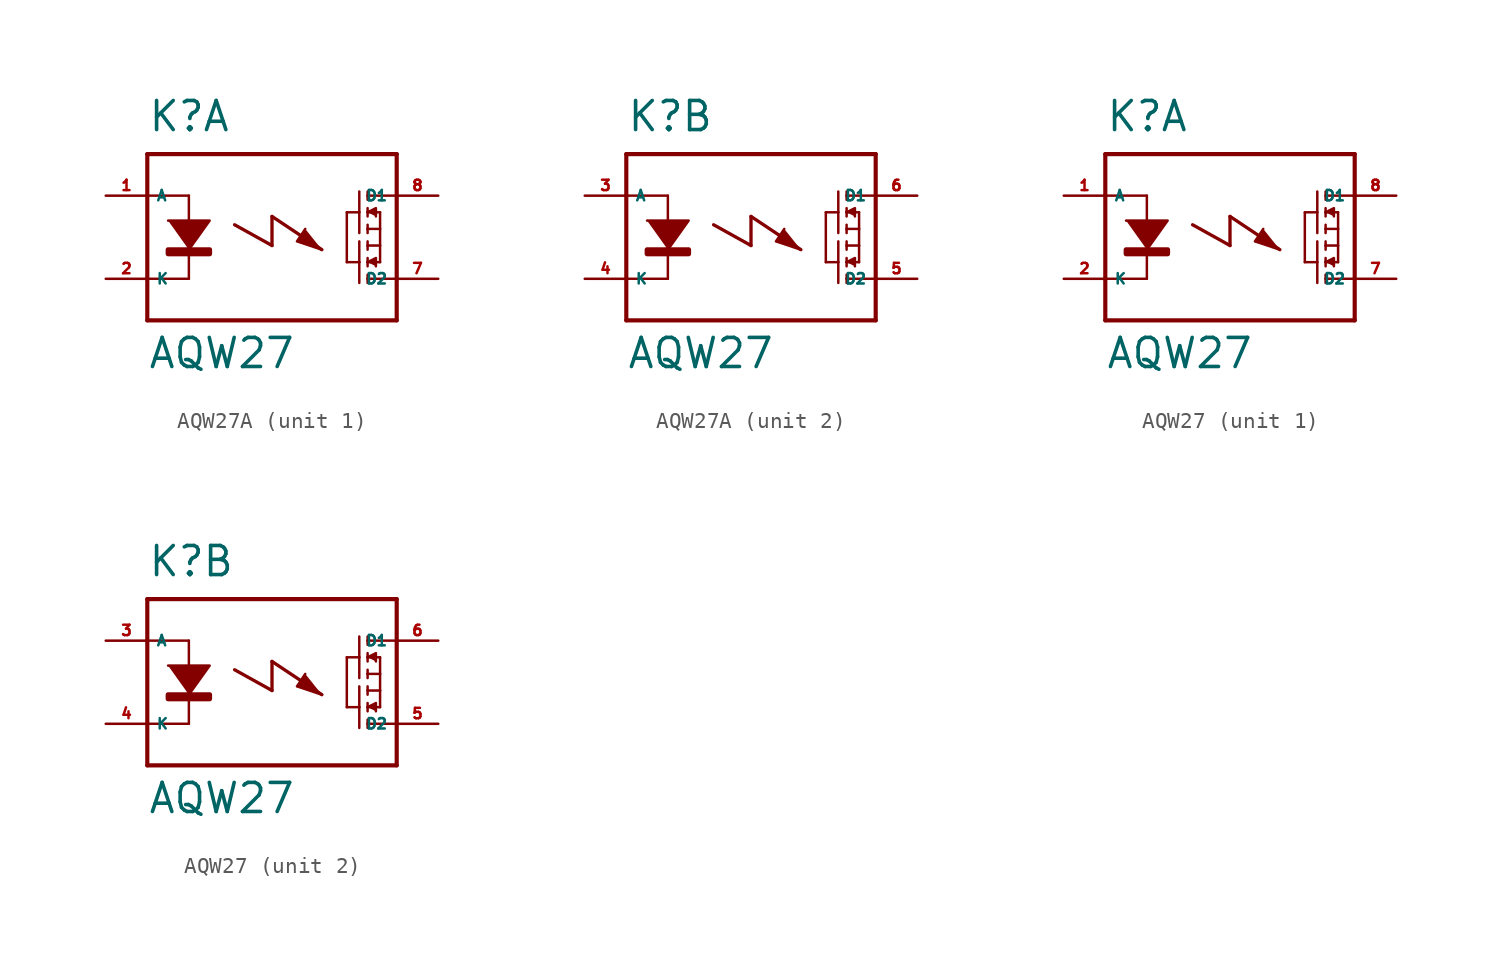
<source format=kicad_sym>
(kicad_symbol_lib
  (version 20220914)
  (generator Eagle2Kicad)
  (symbol "AQW27A"
    (property "Reference" "K"
      (at -7.62 6.35 0)
      (effects (font (size 1.778 1.778) (thickness 0.22)) (justify left bottom)))
    (property "Value" "AQW27"
      (at -7.62 -8.128 0)
      (effects (font (size 1.778 1.778) (thickness 0.22)) (justify left bottom)))
    (symbol "AQW27A_1_0"
      (polyline (pts (xy -6.35 1.016) (xy -3.81 1.016) (xy -5.08 -0.762)) (stroke (width 0.152) (type default)) (fill (type outline)))
      (polyline (pts (xy 5.842 1.524) (xy 6.35 1.778) (xy 6.35 1.27)) (stroke (width 0.152) (type default)) (fill (type outline)))
      (polyline (pts (xy 5.842 -1.524) (xy 6.35 -1.27) (xy 6.35 -1.778)) (stroke (width 0.152) (type default)) (fill (type outline)))
      (polyline (pts (xy 2.032 0.508) (xy 1.524 -0.254) (xy 3.048 -0.762)) (stroke (width 0.152) (type default)) (fill (type outline)))
      (polyline (pts (xy -5.08 2.54) (xy -5.08 -2.54)) (stroke (width 0.152) (type default)) (fill (type none)))
      (polyline (pts (xy 5.842 2.794) (xy 5.842 2.54)) (stroke (width 0.152) (type default)) (fill (type none)))
      (polyline (pts (xy 5.842 2.54) (xy 5.842 2.286)) (stroke (width 0.152) (type default)) (fill (type none)))
      (polyline (pts (xy 5.842 1.778) (xy 5.842 1.524)) (stroke (width 0.152) (type default)) (fill (type none)))
      (polyline (pts (xy 5.842 1.524) (xy 5.842 1.27)) (stroke (width 0.152) (type default)) (fill (type none)))
      (polyline (pts (xy 5.842 0.762) (xy 5.842 0.508)) (stroke (width 0.152) (type default)) (fill (type none)))
      (polyline (pts (xy 5.842 0.508) (xy 5.842 0.254)) (stroke (width 0.152) (type default)) (fill (type none)))
      (polyline (pts (xy 5.842 1.524) (xy 6.604 1.524)) (stroke (width 0.152) (type default)) (fill (type none)))
      (polyline (pts (xy 5.842 0.508) (xy 6.604 0.508)) (stroke (width 0.152) (type default)) (fill (type none)))
      (polyline (pts (xy 6.604 0.508) (xy 6.604 1.524)) (stroke (width 0.152) (type default)) (fill (type none)))
      (polyline (pts (xy 5.334 2.794) (xy 5.334 1.524)) (stroke (width 0.152) (type default)) (fill (type none)))
      (polyline (pts (xy 5.334 1.524) (xy 5.334 0.254)) (stroke (width 0.152) (type default)) (fill (type none)))
      (polyline (pts (xy 5.334 1.524) (xy 4.572 1.524)) (stroke (width 0.152) (type default)) (fill (type none)))
      (polyline (pts (xy 5.842 -2.794) (xy 5.842 -2.54)) (stroke (width 0.152) (type default)) (fill (type none)))
      (polyline (pts (xy 5.842 -2.54) (xy 5.842 -2.286)) (stroke (width 0.152) (type default)) (fill (type none)))
      (polyline (pts (xy 5.842 -1.778) (xy 5.842 -1.524)) (stroke (width 0.152) (type default)) (fill (type none)))
      (polyline (pts (xy 5.842 -1.524) (xy 5.842 -1.27)) (stroke (width 0.152) (type default)) (fill (type none)))
      (polyline (pts (xy 5.842 -0.762) (xy 5.842 -0.508)) (stroke (width 0.152) (type default)) (fill (type none)))
      (polyline (pts (xy 5.842 -0.508) (xy 5.842 -0.254)) (stroke (width 0.152) (type default)) (fill (type none)))
      (polyline (pts (xy 5.842 -1.524) (xy 6.604 -1.524)) (stroke (width 0.152) (type default)) (fill (type none)))
      (polyline (pts (xy 5.842 -0.508) (xy 6.604 -0.508)) (stroke (width 0.152) (type default)) (fill (type none)))
      (polyline (pts (xy 6.604 -0.508) (xy 6.604 -1.524)) (stroke (width 0.152) (type default)) (fill (type none)))
      (polyline (pts (xy 6.604 0.508) (xy 6.604 -0.508)) (stroke (width 0.152) (type default)) (fill (type none)))
      (polyline (pts (xy 5.334 -2.794) (xy 5.334 -1.524)) (stroke (width 0.152) (type default)) (fill (type none)))
      (polyline (pts (xy 5.334 -1.524) (xy 5.334 -0.254)) (stroke (width 0.152) (type default)) (fill (type none)))
      (polyline (pts (xy 5.334 -1.524) (xy 4.572 -1.524)) (stroke (width 0.152) (type default)) (fill (type none)))
      (polyline (pts (xy 4.572 1.524) (xy 4.572 -1.524)) (stroke (width 0.152) (type default)) (fill (type none)))
      (polyline (pts (xy 5.842 2.54) (xy 7.62 2.54)) (stroke (width 0.152) (type default)) (fill (type none)))
      (polyline (pts (xy 5.842 -2.54) (xy 7.62 -2.54)) (stroke (width 0.152) (type default)) (fill (type none)))
      (polyline (pts (xy -7.62 5.08) (xy -7.62 2.54)) (stroke (width 0.254) (type default)) (fill (type none)))
      (polyline (pts (xy -7.62 2.54) (xy -7.62 -2.54)) (stroke (width 0.254) (type default)) (fill (type none)))
      (polyline (pts (xy -7.62 -2.54) (xy -7.62 -5.08)) (stroke (width 0.254) (type default)) (fill (type none)))
      (polyline (pts (xy -7.62 -5.08) (xy 7.62 -5.08)) (stroke (width 0.254) (type default)) (fill (type none)))
      (polyline (pts (xy 7.62 -5.08) (xy 7.62 5.08)) (stroke (width 0.254) (type default)) (fill (type none)))
      (polyline (pts (xy 7.62 5.08) (xy -7.62 5.08)) (stroke (width 0.254) (type default)) (fill (type none)))
      (polyline (pts (xy -5.08 2.54) (xy -7.62 2.54)) (stroke (width 0.152) (type default)) (fill (type none)))
      (polyline (pts (xy -5.08 -2.54) (xy -7.62 -2.54)) (stroke (width 0.152) (type default)) (fill (type none)))
      (polyline (pts (xy -2.286 0.762) (xy 0 -0.508)) (stroke (width 0.203) (type default)) (fill (type none)))
      (polyline (pts (xy 0 -0.508) (xy 0 1.27)) (stroke (width 0.203) (type default)) (fill (type none)))
      (polyline (pts (xy 0 1.27) (xy 3.048 -0.762)) (stroke (width 0.203) (type default)) (fill (type none)))
      (rectangle (start -6.35 -1.016) (end -3.81 -0.762) (stroke (width 0.3) (type default)) (fill (type outline)))
      (pin passive line (at -10.16 -2.54 0) (length 2.54) (name "K" (effects (font (size 0.635 0.635) (thickness 0.08)) (justify left bottom))) (number "2" (effects (font (size 0.635 0.635) (thickness 0.08)) (justify left bottom))))
      (pin passive line (at 10.16 2.54 180) (length 2.54) (name "D1" (effects (font (size 0.635 0.635) (thickness 0.08)) (justify left bottom))) (number "8" (effects (font (size 0.635 0.635) (thickness 0.08)) (justify left bottom))))
      (pin passive line (at 10.16 -2.54 180) (length 2.54) (name "D2" (effects (font (size 0.635 0.635) (thickness 0.08)) (justify left bottom))) (number "7" (effects (font (size 0.635 0.635) (thickness 0.08)) (justify left bottom))))
      (pin passive line (at -10.16 2.54 0) (length 2.54) (name "A" (effects (font (size 0.635 0.635) (thickness 0.08)) (justify left bottom))) (number "1" (effects (font (size 0.635 0.635) (thickness 0.08)) (justify left bottom)))))
    (symbol "AQW27A_2_0"
      (polyline (pts (xy -6.35 1.016) (xy -3.81 1.016) (xy -5.08 -0.762)) (stroke (width 0.152) (type default)) (fill (type outline)))
      (polyline (pts (xy 5.842 1.524) (xy 6.35 1.778) (xy 6.35 1.27)) (stroke (width 0.152) (type default)) (fill (type outline)))
      (polyline (pts (xy 5.842 -1.524) (xy 6.35 -1.27) (xy 6.35 -1.778)) (stroke (width 0.152) (type default)) (fill (type outline)))
      (polyline (pts (xy 2.032 0.508) (xy 1.524 -0.254) (xy 3.048 -0.762)) (stroke (width 0.152) (type default)) (fill (type outline)))
      (polyline (pts (xy -5.08 2.54) (xy -5.08 -2.54)) (stroke (width 0.152) (type default)) (fill (type none)))
      (polyline (pts (xy 5.842 2.794) (xy 5.842 2.54)) (stroke (width 0.152) (type default)) (fill (type none)))
      (polyline (pts (xy 5.842 2.54) (xy 5.842 2.286)) (stroke (width 0.152) (type default)) (fill (type none)))
      (polyline (pts (xy 5.842 1.778) (xy 5.842 1.524)) (stroke (width 0.152) (type default)) (fill (type none)))
      (polyline (pts (xy 5.842 1.524) (xy 5.842 1.27)) (stroke (width 0.152) (type default)) (fill (type none)))
      (polyline (pts (xy 5.842 0.762) (xy 5.842 0.508)) (stroke (width 0.152) (type default)) (fill (type none)))
      (polyline (pts (xy 5.842 0.508) (xy 5.842 0.254)) (stroke (width 0.152) (type default)) (fill (type none)))
      (polyline (pts (xy 5.842 1.524) (xy 6.604 1.524)) (stroke (width 0.152) (type default)) (fill (type none)))
      (polyline (pts (xy 5.842 0.508) (xy 6.604 0.508)) (stroke (width 0.152) (type default)) (fill (type none)))
      (polyline (pts (xy 6.604 0.508) (xy 6.604 1.524)) (stroke (width 0.152) (type default)) (fill (type none)))
      (polyline (pts (xy 5.334 2.794) (xy 5.334 1.524)) (stroke (width 0.152) (type default)) (fill (type none)))
      (polyline (pts (xy 5.334 1.524) (xy 5.334 0.254)) (stroke (width 0.152) (type default)) (fill (type none)))
      (polyline (pts (xy 5.334 1.524) (xy 4.572 1.524)) (stroke (width 0.152) (type default)) (fill (type none)))
      (polyline (pts (xy 5.842 -2.794) (xy 5.842 -2.54)) (stroke (width 0.152) (type default)) (fill (type none)))
      (polyline (pts (xy 5.842 -2.54) (xy 5.842 -2.286)) (stroke (width 0.152) (type default)) (fill (type none)))
      (polyline (pts (xy 5.842 -1.778) (xy 5.842 -1.524)) (stroke (width 0.152) (type default)) (fill (type none)))
      (polyline (pts (xy 5.842 -1.524) (xy 5.842 -1.27)) (stroke (width 0.152) (type default)) (fill (type none)))
      (polyline (pts (xy 5.842 -0.762) (xy 5.842 -0.508)) (stroke (width 0.152) (type default)) (fill (type none)))
      (polyline (pts (xy 5.842 -0.508) (xy 5.842 -0.254)) (stroke (width 0.152) (type default)) (fill (type none)))
      (polyline (pts (xy 5.842 -1.524) (xy 6.604 -1.524)) (stroke (width 0.152) (type default)) (fill (type none)))
      (polyline (pts (xy 5.842 -0.508) (xy 6.604 -0.508)) (stroke (width 0.152) (type default)) (fill (type none)))
      (polyline (pts (xy 6.604 -0.508) (xy 6.604 -1.524)) (stroke (width 0.152) (type default)) (fill (type none)))
      (polyline (pts (xy 6.604 0.508) (xy 6.604 -0.508)) (stroke (width 0.152) (type default)) (fill (type none)))
      (polyline (pts (xy 5.334 -2.794) (xy 5.334 -1.524)) (stroke (width 0.152) (type default)) (fill (type none)))
      (polyline (pts (xy 5.334 -1.524) (xy 5.334 -0.254)) (stroke (width 0.152) (type default)) (fill (type none)))
      (polyline (pts (xy 5.334 -1.524) (xy 4.572 -1.524)) (stroke (width 0.152) (type default)) (fill (type none)))
      (polyline (pts (xy 4.572 1.524) (xy 4.572 -1.524)) (stroke (width 0.152) (type default)) (fill (type none)))
      (polyline (pts (xy 5.842 2.54) (xy 7.62 2.54)) (stroke (width 0.152) (type default)) (fill (type none)))
      (polyline (pts (xy 5.842 -2.54) (xy 7.62 -2.54)) (stroke (width 0.152) (type default)) (fill (type none)))
      (polyline (pts (xy -7.62 5.08) (xy -7.62 2.54)) (stroke (width 0.254) (type default)) (fill (type none)))
      (polyline (pts (xy -7.62 2.54) (xy -7.62 -2.54)) (stroke (width 0.254) (type default)) (fill (type none)))
      (polyline (pts (xy -7.62 -2.54) (xy -7.62 -5.08)) (stroke (width 0.254) (type default)) (fill (type none)))
      (polyline (pts (xy -7.62 -5.08) (xy 7.62 -5.08)) (stroke (width 0.254) (type default)) (fill (type none)))
      (polyline (pts (xy 7.62 -5.08) (xy 7.62 5.08)) (stroke (width 0.254) (type default)) (fill (type none)))
      (polyline (pts (xy 7.62 5.08) (xy -7.62 5.08)) (stroke (width 0.254) (type default)) (fill (type none)))
      (polyline (pts (xy -5.08 2.54) (xy -7.62 2.54)) (stroke (width 0.152) (type default)) (fill (type none)))
      (polyline (pts (xy -5.08 -2.54) (xy -7.62 -2.54)) (stroke (width 0.152) (type default)) (fill (type none)))
      (polyline (pts (xy -2.286 0.762) (xy 0 -0.508)) (stroke (width 0.203) (type default)) (fill (type none)))
      (polyline (pts (xy 0 -0.508) (xy 0 1.27)) (stroke (width 0.203) (type default)) (fill (type none)))
      (polyline (pts (xy 0 1.27) (xy 3.048 -0.762)) (stroke (width 0.203) (type default)) (fill (type none)))
      (rectangle (start -6.35 -1.016) (end -3.81 -0.762) (stroke (width 0.3) (type default)) (fill (type outline)))
      (pin passive line (at -10.16 -2.54 0) (length 2.54) (name "K" (effects (font (size 0.635 0.635) (thickness 0.08)) (justify left bottom))) (number "4" (effects (font (size 0.635 0.635) (thickness 0.08)) (justify left bottom))))
      (pin passive line (at 10.16 2.54 180) (length 2.54) (name "D1" (effects (font (size 0.635 0.635) (thickness 0.08)) (justify left bottom))) (number "6" (effects (font (size 0.635 0.635) (thickness 0.08)) (justify left bottom))))
      (pin passive line (at 10.16 -2.54 180) (length 2.54) (name "D2" (effects (font (size 0.635 0.635) (thickness 0.08)) (justify left bottom))) (number "5" (effects (font (size 0.635 0.635) (thickness 0.08)) (justify left bottom))))
      (pin passive line (at -10.16 2.54 0) (length 2.54) (name "A" (effects (font (size 0.635 0.635) (thickness 0.08)) (justify left bottom))) (number "3" (effects (font (size 0.635 0.635) (thickness 0.08)) (justify left bottom))))))
  (symbol "AQW27"
    (property "Reference" "K"
      (at -7.62 6.35 0)
      (effects (font (size 1.778 1.778) (thickness 0.22)) (justify left bottom)))
    (property "Value" "AQW27"
      (at -7.62 -8.128 0)
      (effects (font (size 1.778 1.778) (thickness 0.22)) (justify left bottom)))
    (symbol "AQW27_1_0"
      (polyline (pts (xy -6.35 1.016) (xy -3.81 1.016) (xy -5.08 -0.762)) (stroke (width 0.152) (type default)) (fill (type outline)))
      (polyline (pts (xy 5.842 1.524) (xy 6.35 1.778) (xy 6.35 1.27)) (stroke (width 0.152) (type default)) (fill (type outline)))
      (polyline (pts (xy 5.842 -1.524) (xy 6.35 -1.27) (xy 6.35 -1.778)) (stroke (width 0.152) (type default)) (fill (type outline)))
      (polyline (pts (xy 2.032 0.508) (xy 1.524 -0.254) (xy 3.048 -0.762)) (stroke (width 0.152) (type default)) (fill (type outline)))
      (polyline (pts (xy -5.08 2.54) (xy -5.08 -2.54)) (stroke (width 0.152) (type default)) (fill (type none)))
      (polyline (pts (xy 5.842 2.794) (xy 5.842 2.54)) (stroke (width 0.152) (type default)) (fill (type none)))
      (polyline (pts (xy 5.842 2.54) (xy 5.842 2.286)) (stroke (width 0.152) (type default)) (fill (type none)))
      (polyline (pts (xy 5.842 1.778) (xy 5.842 1.524)) (stroke (width 0.152) (type default)) (fill (type none)))
      (polyline (pts (xy 5.842 1.524) (xy 5.842 1.27)) (stroke (width 0.152) (type default)) (fill (type none)))
      (polyline (pts (xy 5.842 0.762) (xy 5.842 0.508)) (stroke (width 0.152) (type default)) (fill (type none)))
      (polyline (pts (xy 5.842 0.508) (xy 5.842 0.254)) (stroke (width 0.152) (type default)) (fill (type none)))
      (polyline (pts (xy 5.842 1.524) (xy 6.604 1.524)) (stroke (width 0.152) (type default)) (fill (type none)))
      (polyline (pts (xy 5.842 0.508) (xy 6.604 0.508)) (stroke (width 0.152) (type default)) (fill (type none)))
      (polyline (pts (xy 6.604 0.508) (xy 6.604 1.524)) (stroke (width 0.152) (type default)) (fill (type none)))
      (polyline (pts (xy 5.334 2.794) (xy 5.334 1.524)) (stroke (width 0.152) (type default)) (fill (type none)))
      (polyline (pts (xy 5.334 1.524) (xy 5.334 0.254)) (stroke (width 0.152) (type default)) (fill (type none)))
      (polyline (pts (xy 5.334 1.524) (xy 4.572 1.524)) (stroke (width 0.152) (type default)) (fill (type none)))
      (polyline (pts (xy 5.842 -2.794) (xy 5.842 -2.54)) (stroke (width 0.152) (type default)) (fill (type none)))
      (polyline (pts (xy 5.842 -2.54) (xy 5.842 -2.286)) (stroke (width 0.152) (type default)) (fill (type none)))
      (polyline (pts (xy 5.842 -1.778) (xy 5.842 -1.524)) (stroke (width 0.152) (type default)) (fill (type none)))
      (polyline (pts (xy 5.842 -1.524) (xy 5.842 -1.27)) (stroke (width 0.152) (type default)) (fill (type none)))
      (polyline (pts (xy 5.842 -0.762) (xy 5.842 -0.508)) (stroke (width 0.152) (type default)) (fill (type none)))
      (polyline (pts (xy 5.842 -0.508) (xy 5.842 -0.254)) (stroke (width 0.152) (type default)) (fill (type none)))
      (polyline (pts (xy 5.842 -1.524) (xy 6.604 -1.524)) (stroke (width 0.152) (type default)) (fill (type none)))
      (polyline (pts (xy 5.842 -0.508) (xy 6.604 -0.508)) (stroke (width 0.152) (type default)) (fill (type none)))
      (polyline (pts (xy 6.604 -0.508) (xy 6.604 -1.524)) (stroke (width 0.152) (type default)) (fill (type none)))
      (polyline (pts (xy 6.604 0.508) (xy 6.604 -0.508)) (stroke (width 0.152) (type default)) (fill (type none)))
      (polyline (pts (xy 5.334 -2.794) (xy 5.334 -1.524)) (stroke (width 0.152) (type default)) (fill (type none)))
      (polyline (pts (xy 5.334 -1.524) (xy 5.334 -0.254)) (stroke (width 0.152) (type default)) (fill (type none)))
      (polyline (pts (xy 5.334 -1.524) (xy 4.572 -1.524)) (stroke (width 0.152) (type default)) (fill (type none)))
      (polyline (pts (xy 4.572 1.524) (xy 4.572 -1.524)) (stroke (width 0.152) (type default)) (fill (type none)))
      (polyline (pts (xy 5.842 2.54) (xy 7.62 2.54)) (stroke (width 0.152) (type default)) (fill (type none)))
      (polyline (pts (xy 5.842 -2.54) (xy 7.62 -2.54)) (stroke (width 0.152) (type default)) (fill (type none)))
      (polyline (pts (xy -7.62 5.08) (xy -7.62 2.54)) (stroke (width 0.254) (type default)) (fill (type none)))
      (polyline (pts (xy -7.62 2.54) (xy -7.62 -2.54)) (stroke (width 0.254) (type default)) (fill (type none)))
      (polyline (pts (xy -7.62 -2.54) (xy -7.62 -5.08)) (stroke (width 0.254) (type default)) (fill (type none)))
      (polyline (pts (xy -7.62 -5.08) (xy 7.62 -5.08)) (stroke (width 0.254) (type default)) (fill (type none)))
      (polyline (pts (xy 7.62 -5.08) (xy 7.62 5.08)) (stroke (width 0.254) (type default)) (fill (type none)))
      (polyline (pts (xy 7.62 5.08) (xy -7.62 5.08)) (stroke (width 0.254) (type default)) (fill (type none)))
      (polyline (pts (xy -5.08 2.54) (xy -7.62 2.54)) (stroke (width 0.152) (type default)) (fill (type none)))
      (polyline (pts (xy -5.08 -2.54) (xy -7.62 -2.54)) (stroke (width 0.152) (type default)) (fill (type none)))
      (polyline (pts (xy -2.286 0.762) (xy 0 -0.508)) (stroke (width 0.203) (type default)) (fill (type none)))
      (polyline (pts (xy 0 -0.508) (xy 0 1.27)) (stroke (width 0.203) (type default)) (fill (type none)))
      (polyline (pts (xy 0 1.27) (xy 3.048 -0.762)) (stroke (width 0.203) (type default)) (fill (type none)))
      (rectangle (start -6.35 -1.016) (end -3.81 -0.762) (stroke (width 0.3) (type default)) (fill (type outline)))
      (pin passive line (at -10.16 -2.54 0) (length 2.54) (name "K" (effects (font (size 0.635 0.635) (thickness 0.08)) (justify left bottom))) (number "2" (effects (font (size 0.635 0.635) (thickness 0.08)) (justify left bottom))))
      (pin passive line (at 10.16 2.54 180) (length 2.54) (name "D1" (effects (font (size 0.635 0.635) (thickness 0.08)) (justify left bottom))) (number "8" (effects (font (size 0.635 0.635) (thickness 0.08)) (justify left bottom))))
      (pin passive line (at 10.16 -2.54 180) (length 2.54) (name "D2" (effects (font (size 0.635 0.635) (thickness 0.08)) (justify left bottom))) (number "7" (effects (font (size 0.635 0.635) (thickness 0.08)) (justify left bottom))))
      (pin passive line (at -10.16 2.54 0) (length 2.54) (name "A" (effects (font (size 0.635 0.635) (thickness 0.08)) (justify left bottom))) (number "1" (effects (font (size 0.635 0.635) (thickness 0.08)) (justify left bottom)))))
    (symbol "AQW27_2_0"
      (polyline (pts (xy -6.35 1.016) (xy -3.81 1.016) (xy -5.08 -0.762)) (stroke (width 0.152) (type default)) (fill (type outline)))
      (polyline (pts (xy 5.842 1.524) (xy 6.35 1.778) (xy 6.35 1.27)) (stroke (width 0.152) (type default)) (fill (type outline)))
      (polyline (pts (xy 5.842 -1.524) (xy 6.35 -1.27) (xy 6.35 -1.778)) (stroke (width 0.152) (type default)) (fill (type outline)))
      (polyline (pts (xy 2.032 0.508) (xy 1.524 -0.254) (xy 3.048 -0.762)) (stroke (width 0.152) (type default)) (fill (type outline)))
      (polyline (pts (xy -5.08 2.54) (xy -5.08 -2.54)) (stroke (width 0.152) (type default)) (fill (type none)))
      (polyline (pts (xy 5.842 2.794) (xy 5.842 2.54)) (stroke (width 0.152) (type default)) (fill (type none)))
      (polyline (pts (xy 5.842 2.54) (xy 5.842 2.286)) (stroke (width 0.152) (type default)) (fill (type none)))
      (polyline (pts (xy 5.842 1.778) (xy 5.842 1.524)) (stroke (width 0.152) (type default)) (fill (type none)))
      (polyline (pts (xy 5.842 1.524) (xy 5.842 1.27)) (stroke (width 0.152) (type default)) (fill (type none)))
      (polyline (pts (xy 5.842 0.762) (xy 5.842 0.508)) (stroke (width 0.152) (type default)) (fill (type none)))
      (polyline (pts (xy 5.842 0.508) (xy 5.842 0.254)) (stroke (width 0.152) (type default)) (fill (type none)))
      (polyline (pts (xy 5.842 1.524) (xy 6.604 1.524)) (stroke (width 0.152) (type default)) (fill (type none)))
      (polyline (pts (xy 5.842 0.508) (xy 6.604 0.508)) (stroke (width 0.152) (type default)) (fill (type none)))
      (polyline (pts (xy 6.604 0.508) (xy 6.604 1.524)) (stroke (width 0.152) (type default)) (fill (type none)))
      (polyline (pts (xy 5.334 2.794) (xy 5.334 1.524)) (stroke (width 0.152) (type default)) (fill (type none)))
      (polyline (pts (xy 5.334 1.524) (xy 5.334 0.254)) (stroke (width 0.152) (type default)) (fill (type none)))
      (polyline (pts (xy 5.334 1.524) (xy 4.572 1.524)) (stroke (width 0.152) (type default)) (fill (type none)))
      (polyline (pts (xy 5.842 -2.794) (xy 5.842 -2.54)) (stroke (width 0.152) (type default)) (fill (type none)))
      (polyline (pts (xy 5.842 -2.54) (xy 5.842 -2.286)) (stroke (width 0.152) (type default)) (fill (type none)))
      (polyline (pts (xy 5.842 -1.778) (xy 5.842 -1.524)) (stroke (width 0.152) (type default)) (fill (type none)))
      (polyline (pts (xy 5.842 -1.524) (xy 5.842 -1.27)) (stroke (width 0.152) (type default)) (fill (type none)))
      (polyline (pts (xy 5.842 -0.762) (xy 5.842 -0.508)) (stroke (width 0.152) (type default)) (fill (type none)))
      (polyline (pts (xy 5.842 -0.508) (xy 5.842 -0.254)) (stroke (width 0.152) (type default)) (fill (type none)))
      (polyline (pts (xy 5.842 -1.524) (xy 6.604 -1.524)) (stroke (width 0.152) (type default)) (fill (type none)))
      (polyline (pts (xy 5.842 -0.508) (xy 6.604 -0.508)) (stroke (width 0.152) (type default)) (fill (type none)))
      (polyline (pts (xy 6.604 -0.508) (xy 6.604 -1.524)) (stroke (width 0.152) (type default)) (fill (type none)))
      (polyline (pts (xy 6.604 0.508) (xy 6.604 -0.508)) (stroke (width 0.152) (type default)) (fill (type none)))
      (polyline (pts (xy 5.334 -2.794) (xy 5.334 -1.524)) (stroke (width 0.152) (type default)) (fill (type none)))
      (polyline (pts (xy 5.334 -1.524) (xy 5.334 -0.254)) (stroke (width 0.152) (type default)) (fill (type none)))
      (polyline (pts (xy 5.334 -1.524) (xy 4.572 -1.524)) (stroke (width 0.152) (type default)) (fill (type none)))
      (polyline (pts (xy 4.572 1.524) (xy 4.572 -1.524)) (stroke (width 0.152) (type default)) (fill (type none)))
      (polyline (pts (xy 5.842 2.54) (xy 7.62 2.54)) (stroke (width 0.152) (type default)) (fill (type none)))
      (polyline (pts (xy 5.842 -2.54) (xy 7.62 -2.54)) (stroke (width 0.152) (type default)) (fill (type none)))
      (polyline (pts (xy -7.62 5.08) (xy -7.62 2.54)) (stroke (width 0.254) (type default)) (fill (type none)))
      (polyline (pts (xy -7.62 2.54) (xy -7.62 -2.54)) (stroke (width 0.254) (type default)) (fill (type none)))
      (polyline (pts (xy -7.62 -2.54) (xy -7.62 -5.08)) (stroke (width 0.254) (type default)) (fill (type none)))
      (polyline (pts (xy -7.62 -5.08) (xy 7.62 -5.08)) (stroke (width 0.254) (type default)) (fill (type none)))
      (polyline (pts (xy 7.62 -5.08) (xy 7.62 5.08)) (stroke (width 0.254) (type default)) (fill (type none)))
      (polyline (pts (xy 7.62 5.08) (xy -7.62 5.08)) (stroke (width 0.254) (type default)) (fill (type none)))
      (polyline (pts (xy -5.08 2.54) (xy -7.62 2.54)) (stroke (width 0.152) (type default)) (fill (type none)))
      (polyline (pts (xy -5.08 -2.54) (xy -7.62 -2.54)) (stroke (width 0.152) (type default)) (fill (type none)))
      (polyline (pts (xy -2.286 0.762) (xy 0 -0.508)) (stroke (width 0.203) (type default)) (fill (type none)))
      (polyline (pts (xy 0 -0.508) (xy 0 1.27)) (stroke (width 0.203) (type default)) (fill (type none)))
      (polyline (pts (xy 0 1.27) (xy 3.048 -0.762)) (stroke (width 0.203) (type default)) (fill (type none)))
      (rectangle (start -6.35 -1.016) (end -3.81 -0.762) (stroke (width 0.3) (type default)) (fill (type outline)))
      (pin passive line (at -10.16 -2.54 0) (length 2.54) (name "K" (effects (font (size 0.635 0.635) (thickness 0.08)) (justify left bottom))) (number "4" (effects (font (size 0.635 0.635) (thickness 0.08)) (justify left bottom))))
      (pin passive line (at 10.16 2.54 180) (length 2.54) (name "D1" (effects (font (size 0.635 0.635) (thickness 0.08)) (justify left bottom))) (number "6" (effects (font (size 0.635 0.635) (thickness 0.08)) (justify left bottom))))
      (pin passive line (at 10.16 -2.54 180) (length 2.54) (name "D2" (effects (font (size 0.635 0.635) (thickness 0.08)) (justify left bottom))) (number "5" (effects (font (size 0.635 0.635) (thickness 0.08)) (justify left bottom))))
      (pin passive line (at -10.16 2.54 0) (length 2.54) (name "A" (effects (font (size 0.635 0.635) (thickness 0.08)) (justify left bottom))) (number "3" (effects (font (size 0.635 0.635) (thickness 0.08)) (justify left bottom)))))))
</source>
